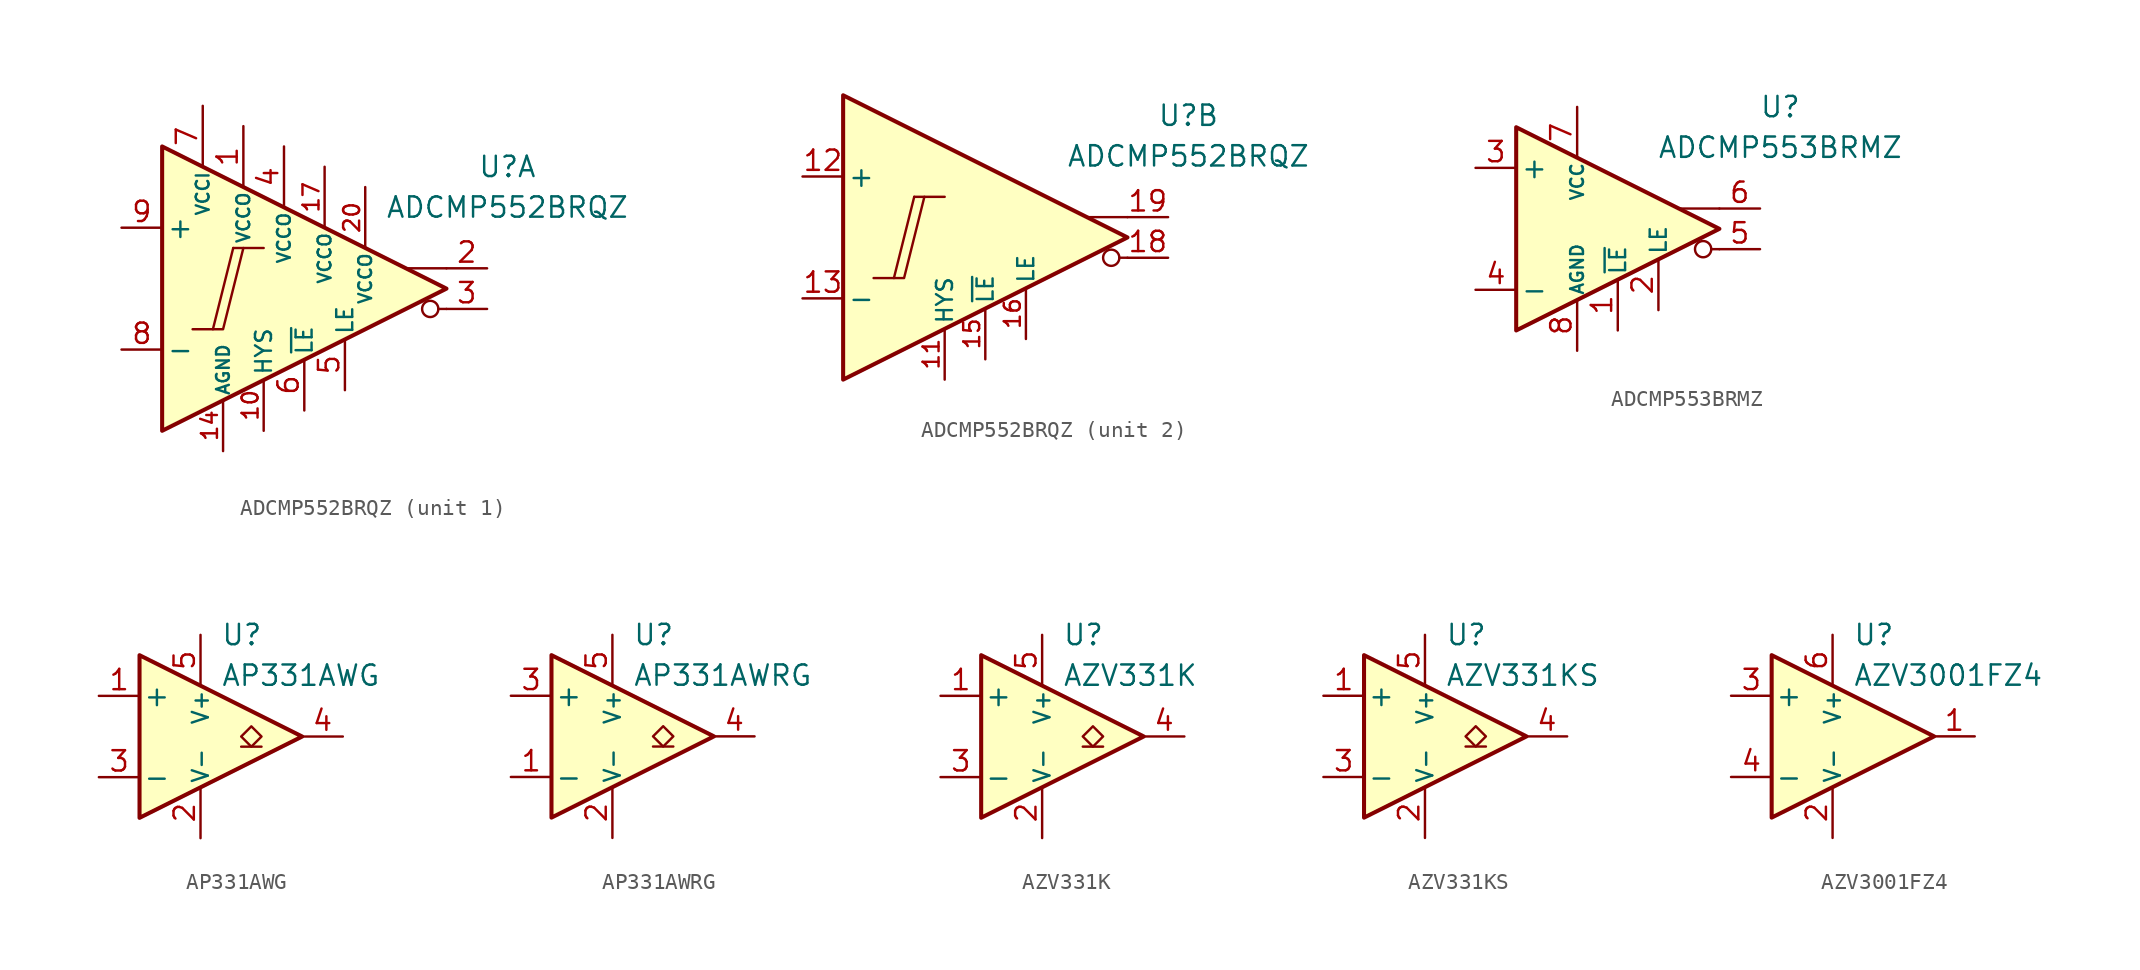
<source format=kicad_sym>
(kicad_symbol_lib
  (version 20211014)
  (generator kicad_symbol_editor)
  (symbol "ADCMP552BRQZ"
    (pin_names
      (offset 0.254))
    (property "Reference" "U"
      (at 12.7 7.62 0)
      (effects (font (size 1.27 1.27))))
    (property "Value" "ADCMP552BRQZ"
      (at 12.7 5.08 0)
      (effects (font (size 1.27 1.27))))
    (property "ki_locked" ""
      (at 0 0 0)
      (effects (font (size 1.27 1.27))))
    (symbol "ADCMP552BRQZ_0_0"
      (polyline (pts (xy -6.985 -2.54) (xy -5.715 -2.54)) (stroke (width 0.152) (type default) (color 0 0 0 0)) (fill (type none)))
      (polyline (pts (xy -4.445 2.54) (xy -2.54 2.54)) (stroke (width 0.152) (type default) (color 0 0 0 0)) (fill (type none)))
      (polyline (pts (xy -4.445 2.54) (xy -5.715 -2.54) (xy -5.08 -2.54) (xy -3.81 2.54)) (stroke (width 0.152) (type default) (color 0 0 0 0)) (fill (type none))))
    (symbol "ADCMP552BRQZ_1_0"
      (polyline (pts (xy 8.89 -1.27) (xy 8.382 -1.27)) (stroke (width 0.152) (type default) (color 0 0 0 0)) (fill (type none)))
      (polyline (pts (xy 8.89 1.27) (xy 6.35 1.27)) (stroke (width 0.152) (type default) (color 0 0 0 0)) (fill (type none)))
      (polyline (pts (xy 8.89 0) (xy -8.89 8.89) (xy -8.89 -8.89) (xy 8.89 0)) (stroke (width 0.254) (type default) (color 0 0 0 0)) (fill (type background)))
      (circle (center 7.874 -1.27) (radius 0.508) (stroke (width 0.152) (type default) (color 0 0 0 0)) (fill (type none))))
    (symbol "ADCMP552BRQZ_1_1"
      (pin power_in line (at -3.81 10.16 270) (length 3.81) (name "VCCO" (effects (font (size 0.8 0.8)))) (number "1" (effects (font (size 1.27 1.27)))))
      (pin passive line (at -2.54 -8.89 90) (length 3.18) (name "HYS" (effects (font (size 1 1)))) (number "10" (effects (font (size 1 1)))))
      (pin power_in line (at -5.08 -10.16 90) (length 3.18) (name "AGND" (effects (font (size 0.8 0.8)))) (number "14" (effects (font (size 1 1)))))
      (pin power_in line (at 1.27 7.62 270) (length 3.81) (name "VCCO" (effects (font (size 0.8 0.8)))) (number "17" (effects (font (size 1 1)))))
      (pin output line (at 11.43 1.27 180) (length 2.54) (name "~" (effects (font (size 1.27 1.27)))) (number "2" (effects (font (size 1.27 1.27)))))
      (pin power_in line (at 3.81 6.35 270) (length 3.81) (name "VCCO" (effects (font (size 0.8 0.8)))) (number "20" (effects (font (size 1 1)))))
      (pin output line (at 11.43 -1.27 180) (length 2.54) (name "~" (effects (font (size 1.27 1.27)))) (number "3" (effects (font (size 1.27 1.27)))))
      (pin power_in line (at -1.27 8.89 270) (length 3.81) (name "VCCO" (effects (font (size 0.8 0.8)))) (number "4" (effects (font (size 1.27 1.27)))))
      (pin input line (at 2.54 -6.35 90) (length 3.18) (name "LE" (effects (font (size 1 1)))) (number "5" (effects (font (size 1.27 1.27)))))
      (pin input line (at 0 -7.62 90) (length 3.18) (name "~{LE}" (effects (font (size 1 1)))) (number "6" (effects (font (size 1.27 1.27)))))
      (pin power_in line (at -6.35 11.43 270) (length 3.81) (name "VCCI" (effects (font (size 0.8 0.8)))) (number "7" (effects (font (size 1.27 1.27)))))
      (pin input line (at -11.43 -3.81 0) (length 2.54) (name "-" (effects (font (size 1.27 1.27)))) (number "8" (effects (font (size 1.27 1.27)))))
      (pin input line (at -11.43 3.81 0) (length 2.54) (name "+" (effects (font (size 1.27 1.27)))) (number "9" (effects (font (size 1.27 1.27))))))
    (symbol "ADCMP552BRQZ_2_0"
      (polyline (pts (xy 8.89 -1.27) (xy 8.382 -1.27)) (stroke (width 0.152) (type default) (color 0 0 0 0)) (fill (type none)))
      (polyline (pts (xy 8.89 1.27) (xy 6.35 1.27)) (stroke (width 0.152) (type default) (color 0 0 0 0)) (fill (type none)))
      (polyline (pts (xy 8.89 0) (xy -8.89 8.89) (xy -8.89 -8.89) (xy 8.89 0)) (stroke (width 0.254) (type default) (color 0 0 0 0)) (fill (type background)))
      (circle (center 7.874 -1.27) (radius 0.508) (stroke (width 0.152) (type default) (color 0 0 0 0)) (fill (type none))))
    (symbol "ADCMP552BRQZ_2_1"
      (pin passive line (at -2.54 -8.89 90) (length 3.18) (name "HYS" (effects (font (size 1 1)))) (number "11" (effects (font (size 1 1)))))
      (pin input line (at -11.43 3.81 0) (length 2.54) (name "+" (effects (font (size 1.27 1.27)))) (number "12" (effects (font (size 1.27 1.27)))))
      (pin input line (at -11.43 -3.81 0) (length 2.54) (name "-" (effects (font (size 1.27 1.27)))) (number "13" (effects (font (size 1.27 1.27)))))
      (pin input line (at 0 -7.62 90) (length 3.18) (name "~{LE}" (effects (font (size 1 1)))) (number "15" (effects (font (size 1 1)))))
      (pin input line (at 2.54 -6.35 90) (length 3.18) (name "LE" (effects (font (size 1 1)))) (number "16" (effects (font (size 1 1)))))
      (pin output line (at 11.43 -1.27 180) (length 2.54) (name "~" (effects (font (size 1.27 1.27)))) (number "18" (effects (font (size 1.27 1.27)))))
      (pin output line (at 11.43 1.27 180) (length 2.54) (name "~" (effects (font (size 1.27 1.27)))) (number "19" (effects (font (size 1.27 1.27)))))))
  (symbol "ADCMP553BRMZ"
    (pin_names
      (offset 0.254))
    (property "Reference" "U"
      (at 12.7 7.62 0)
      (effects (font (size 1.27 1.27))))
    (property "Value" "ADCMP553BRMZ"
      (at 12.7 5.08 0)
      (effects (font (size 1.27 1.27))))
    (symbol "ADCMP553BRMZ_1_0"
      (polyline (pts (xy 8.89 -1.27) (xy 8.382 -1.27)) (stroke (width 0.152) (type default) (color 0 0 0 0)) (fill (type none)))
      (polyline (pts (xy 8.89 1.27) (xy 6.35 1.27)) (stroke (width 0.152) (type default) (color 0 0 0 0)) (fill (type none)))
      (polyline (pts (xy 8.89 0) (xy -3.81 6.35) (xy -3.81 -6.35) (xy 8.89 0)) (stroke (width 0.254) (type default) (color 0 0 0 0)) (fill (type background)))
      (circle (center 7.874 -1.27) (radius 0.508) (stroke (width 0.152) (type default) (color 0 0 0 0)) (fill (type none))))
    (symbol "ADCMP553BRMZ_1_1"
      (pin input line (at 2.54 -6.35 90) (length 3.18) (name "~{LE}" (effects (font (size 1 1)))) (number "1" (effects (font (size 1.27 1.27)))))
      (pin input line (at 5.08 -5.08 90) (length 3.18) (name "LE" (effects (font (size 1 1)))) (number "2" (effects (font (size 1.27 1.27)))))
      (pin input line (at -6.35 3.81 0) (length 2.54) (name "+" (effects (font (size 1.27 1.27)))) (number "3" (effects (font (size 1.27 1.27)))))
      (pin input line (at -6.35 -3.81 0) (length 2.54) (name "-" (effects (font (size 1.27 1.27)))) (number "4" (effects (font (size 1.27 1.27)))))
      (pin output line (at 11.43 -1.27 180) (length 2.54) (name "~" (effects (font (size 1.27 1.27)))) (number "5" (effects (font (size 1.27 1.27)))))
      (pin output line (at 11.43 1.27 180) (length 2.54) (name "~" (effects (font (size 1.27 1.27)))) (number "6" (effects (font (size 1.27 1.27)))))
      (pin power_in line (at 0 7.62 270) (length 3.18) (name "VCC" (effects (font (size 0.8 0.8)))) (number "7" (effects (font (size 1.27 1.27)))))
      (pin power_in line (at 0 -7.62 90) (length 3.18) (name "AGND" (effects (font (size 0.8 0.8)))) (number "8" (effects (font (size 1.27 1.27)))))))
  (symbol "AP331AWG"
    (pin_names
      (offset 0.2))
    (property "Reference" "U"
      (at 1.27 6.35 0)
      (effects (font (size 1.27 1.27)) (justify left)))
    (property "Value" "AP331AWG"
      (at 1.27 3.81 0)
      (effects (font (size 1.27 1.27)) (justify left)))
    (symbol "AP331AWG_0_1"
      (polyline (pts (xy -3.81 5.08) (xy -3.81 -5.08) (xy 6.35 0) (xy -3.81 5.08)) (stroke (width 0.254) (type default) (color 0 0 0 0)) (fill (type background))))
    (symbol "AP331AWG_1_1"
      (polyline (pts (xy 3.81 -0.635) (xy 2.54 -0.635)) (stroke (width 0.152) (type default) (color 0 0 0 0)) (fill (type none)))
      (polyline (pts (xy 3.175 -0.635) (xy 2.54 0) (xy 3.175 0.635) (xy 3.81 0) (xy 3.175 -0.635)) (stroke (width 0.152) (type default) (color 0 0 0 0)) (fill (type none)))
      (pin input line (at -6.35 2.54 0) (length 2.54) (name "+" (effects (font (size 1.27 1.27)))) (number "1" (effects (font (size 1.27 1.27)))))
      (pin power_in line (at 0 -6.35 90) (length 3.18) (name "V-" (effects (font (size 1 1)))) (number "2" (effects (font (size 1.27 1.27)))))
      (pin input line (at -6.35 -2.54 0) (length 2.54) (name "-" (effects (font (size 1.27 1.27)))) (number "3" (effects (font (size 1.27 1.27)))))
      (pin open_collector line (at 8.89 0 180) (length 2.54) (name "~" (effects (font (size 1.27 1.27)))) (number "4" (effects (font (size 1.27 1.27)))))
      (pin power_in line (at 0 6.35 270) (length 3.18) (name "V+" (effects (font (size 1 1)))) (number "5" (effects (font (size 1.27 1.27)))))))
  (symbol "AP331AWRG"
    (pin_names
      (offset 0.2))
    (property "Reference" "U"
      (at 1.27 6.35 0)
      (effects (font (size 1.27 1.27)) (justify left)))
    (property "Value" "AP331AWRG"
      (at 1.27 3.81 0)
      (effects (font (size 1.27 1.27)) (justify left)))
    (symbol "AP331AWRG_0_1"
      (polyline (pts (xy -3.81 5.08) (xy -3.81 -5.08) (xy 6.35 0) (xy -3.81 5.08)) (stroke (width 0.254) (type default) (color 0 0 0 0)) (fill (type background))))
    (symbol "AP331AWRG_1_1"
      (polyline (pts (xy 3.81 -0.635) (xy 2.54 -0.635)) (stroke (width 0.152) (type default) (color 0 0 0 0)) (fill (type none)))
      (polyline (pts (xy 3.175 -0.635) (xy 2.54 0) (xy 3.175 0.635) (xy 3.81 0) (xy 3.175 -0.635)) (stroke (width 0.152) (type default) (color 0 0 0 0)) (fill (type none)))
      (pin input line (at -6.35 -2.54 0) (length 2.54) (name "-" (effects (font (size 1.27 1.27)))) (number "1" (effects (font (size 1.27 1.27)))))
      (pin power_in line (at 0 -6.35 90) (length 3.18) (name "V-" (effects (font (size 1 1)))) (number "2" (effects (font (size 1.27 1.27)))))
      (pin input line (at -6.35 2.54 0) (length 2.54) (name "+" (effects (font (size 1.27 1.27)))) (number "3" (effects (font (size 1.27 1.27)))))
      (pin open_collector line (at 8.89 0 180) (length 2.54) (name "~" (effects (font (size 1.27 1.27)))) (number "4" (effects (font (size 1.27 1.27)))))
      (pin power_in line (at 0 6.35 270) (length 3.18) (name "V+" (effects (font (size 1 1)))) (number "5" (effects (font (size 1.27 1.27)))))))
  (symbol "AZV331K"
    (pin_names
      (offset 0.2))
    (property "Reference" "U"
      (at 1.27 6.35 0)
      (effects (font (size 1.27 1.27)) (justify left)))
    (property "Value" "AZV331K"
      (at 1.27 3.81 0)
      (effects (font (size 1.27 1.27)) (justify left)))
    (symbol "AZV331K_0_1"
      (polyline (pts (xy -3.81 5.08) (xy -3.81 -5.08) (xy 6.35 0) (xy -3.81 5.08)) (stroke (width 0.254) (type default) (color 0 0 0 0)) (fill (type background))))
    (symbol "AZV331K_1_1"
      (polyline (pts (xy 3.81 -0.635) (xy 2.54 -0.635)) (stroke (width 0.152) (type default) (color 0 0 0 0)) (fill (type none)))
      (polyline (pts (xy 3.175 -0.635) (xy 2.54 0) (xy 3.175 0.635) (xy 3.81 0) (xy 3.175 -0.635)) (stroke (width 0.152) (type default) (color 0 0 0 0)) (fill (type none)))
      (pin input line (at -6.35 2.54 0) (length 2.54) (name "+" (effects (font (size 1.27 1.27)))) (number "1" (effects (font (size 1.27 1.27)))))
      (pin power_in line (at 0 -6.35 90) (length 3.18) (name "V-" (effects (font (size 1 1)))) (number "2" (effects (font (size 1.27 1.27)))))
      (pin input line (at -6.35 -2.54 0) (length 2.54) (name "-" (effects (font (size 1.27 1.27)))) (number "3" (effects (font (size 1.27 1.27)))))
      (pin open_collector line (at 8.89 0 180) (length 2.54) (name "~" (effects (font (size 1.27 1.27)))) (number "4" (effects (font (size 1.27 1.27)))))
      (pin power_in line (at 0 6.35 270) (length 3.18) (name "V+" (effects (font (size 1 1)))) (number "5" (effects (font (size 1.27 1.27)))))))
  (symbol "AZV331KS"
    (pin_names
      (offset 0.2))
    (property "Reference" "U"
      (at 1.27 6.35 0)
      (effects (font (size 1.27 1.27)) (justify left)))
    (property "Value" "AZV331KS"
      (at 1.27 3.81 0)
      (effects (font (size 1.27 1.27)) (justify left)))
    (symbol "AZV331KS_0_1"
      (polyline (pts (xy -3.81 5.08) (xy -3.81 -5.08) (xy 6.35 0) (xy -3.81 5.08)) (stroke (width 0.254) (type default) (color 0 0 0 0)) (fill (type background))))
    (symbol "AZV331KS_1_1"
      (polyline (pts (xy 3.81 -0.635) (xy 2.54 -0.635)) (stroke (width 0.152) (type default) (color 0 0 0 0)) (fill (type none)))
      (polyline (pts (xy 3.175 -0.635) (xy 2.54 0) (xy 3.175 0.635) (xy 3.81 0) (xy 3.175 -0.635)) (stroke (width 0.152) (type default) (color 0 0 0 0)) (fill (type none)))
      (pin input line (at -6.35 2.54 0) (length 2.54) (name "+" (effects (font (size 1.27 1.27)))) (number "1" (effects (font (size 1.27 1.27)))))
      (pin power_in line (at 0 -6.35 90) (length 3.18) (name "V-" (effects (font (size 1 1)))) (number "2" (effects (font (size 1.27 1.27)))))
      (pin input line (at -6.35 -2.54 0) (length 2.54) (name "-" (effects (font (size 1.27 1.27)))) (number "3" (effects (font (size 1.27 1.27)))))
      (pin open_collector line (at 8.89 0 180) (length 2.54) (name "~" (effects (font (size 1.27 1.27)))) (number "4" (effects (font (size 1.27 1.27)))))
      (pin power_in line (at 0 6.35 270) (length 3.18) (name "V+" (effects (font (size 1 1)))) (number "5" (effects (font (size 1.27 1.27)))))))
  (symbol "AZV3001FZ4"
    (pin_names
      (offset 0.2))
    (property "Reference" "U"
      (at 1.27 6.35 0)
      (effects (font (size 1.27 1.27)) (justify left)))
    (property "Value" "AZV3001FZ4"
      (at 1.27 3.81 0)
      (effects (font (size 1.27 1.27)) (justify left)))
    (symbol "AZV3001FZ4_0_1"
      (polyline (pts (xy -3.81 5.08) (xy -3.81 -5.08) (xy 6.35 0) (xy -3.81 5.08)) (stroke (width 0.254) (type default) (color 0 0 0 0)) (fill (type background))))
    (symbol "AZV3001FZ4_1_1"
      (pin output line (at 8.89 0 180) (length 2.54) (name "~" (effects (font (size 1.27 1.27)))) (number "1" (effects (font (size 1.27 1.27)))))
      (pin power_in line (at 0 -6.35 90) (length 3.18) (name "V-" (effects (font (size 1 1)))) (number "2" (effects (font (size 1.27 1.27)))))
      (pin input line (at -6.35 2.54 0) (length 2.54) (name "+" (effects (font (size 1.27 1.27)))) (number "3" (effects (font (size 1.27 1.27)))))
      (pin input line (at -6.35 -2.54 0) (length 2.54) (name "-" (effects (font (size 1.27 1.27)))) (number "4" (effects (font (size 1.27 1.27)))))
      (pin no_connect line (at -2.54 0 0) (length 2.54) hide (name "NC" (effects (font (size 1.27 1.27)))) (number "5" (effects (font (size 1.27 1.27)))))
      (pin power_in line (at 0 6.35 270) (length 3.18) (name "V+" (effects (font (size 1 1)))) (number "6" (effects (font (size 1.27 1.27))))))))
</source>
